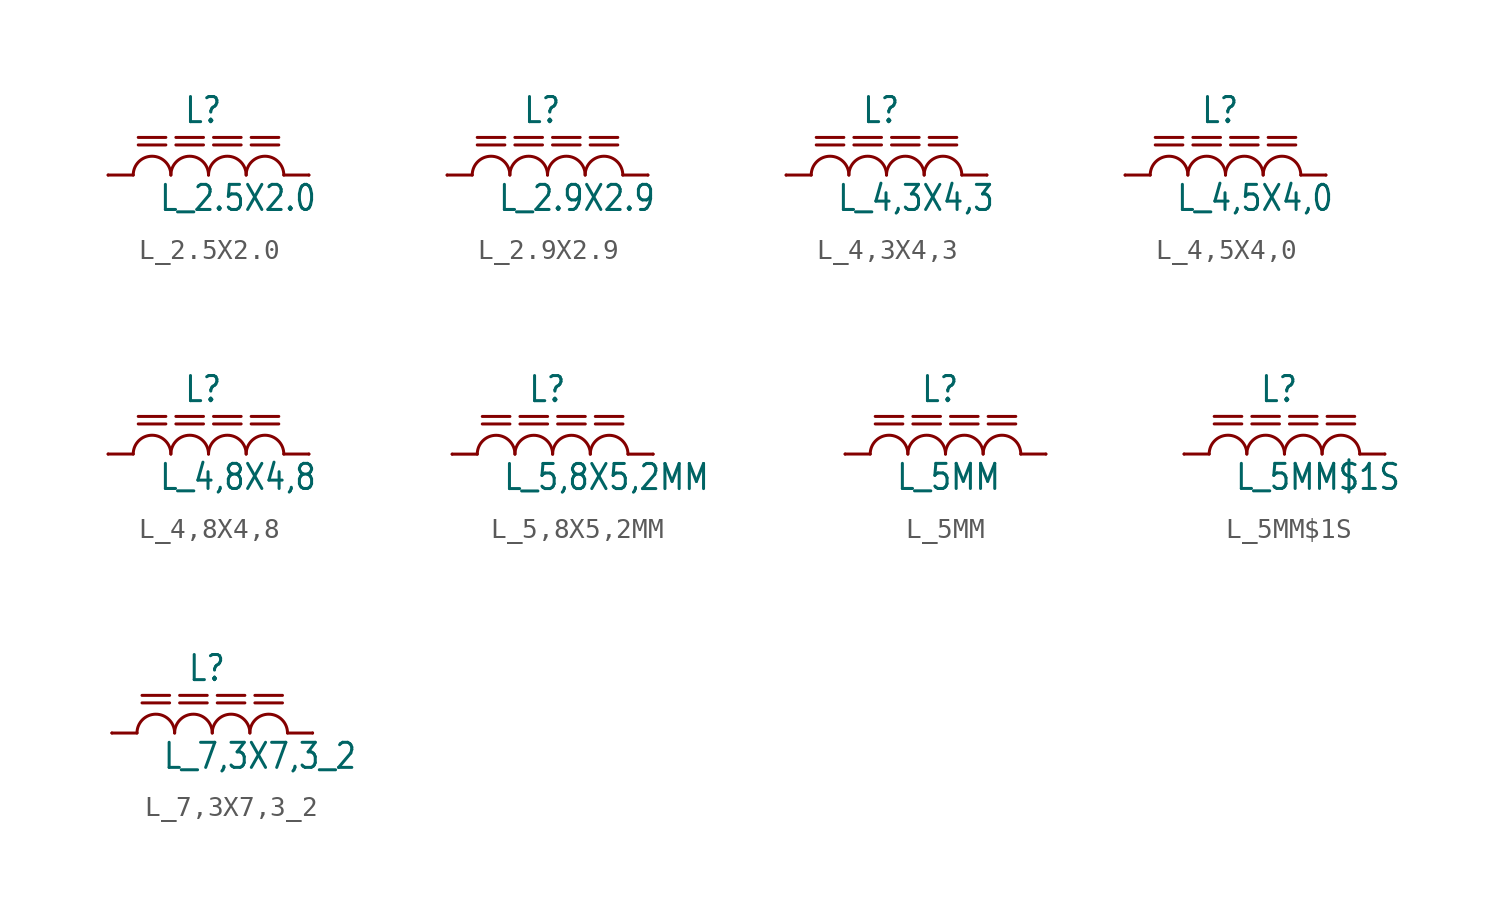
<source format=kicad_sym>
(kicad_symbol_lib
  (version 20201005)
  (generator kicad_symbol_editor)
  (symbol "L_2.5X2.0"
    (property "Reference" "L"
      (at -1.27 2.54 0)
      (effects (font (size 1.27 1.079)) (justify left bottom)))
    (property "Value" "L_2.5X2.0"
      (at -2.54 -1.905 0)
      (effects (font (size 1.27 1.079)) (justify left bottom)))
    (property "ki_locked" ""
      (at 0 0 0)
      (effects (font (size 1.27 1.27))))
    (symbol "L_2.5X2.0_1_0"
      (arc (start -1.905 0) (end -3.81 0) (radius (at -2.8575 0) (length 0.9525) (angles 0.1 179.9)) (stroke (width 0.1524)) (fill (type none)))
      (arc (start 0 0) (end -1.905 0) (radius (at -0.9525 0) (length 0.9525) (angles 0.1 179.9)) (stroke (width 0.1524)) (fill (type none)))
      (arc (start 1.905 0) (end 0 0) (radius (at 0.9525 0) (length 0.9525) (angles 0.1 179.9)) (stroke (width 0.1524)) (fill (type none)))
      (arc (start 3.81 0) (end 1.905 0) (radius (at 2.8575 0) (length 0.9525) (angles 0.1 179.9)) (stroke (width 0.1524)) (fill (type none)))
      (polyline (pts (xy 3.81 0) (xy 5.08 0)) (stroke (width 0.152)) (fill (type none)))
      (polyline (pts (xy -5.08 0) (xy -3.81 0)) (stroke (width 0.152)) (fill (type none)))
      (polyline (pts (xy -3.556 1.905) (xy -2.159 1.905)) (stroke (width 0.152)) (fill (type none)))
      (polyline (pts (xy 0.254 1.905) (xy 1.651 1.905)) (stroke (width 0.152)) (fill (type none)))
      (polyline (pts (xy -1.651 1.905) (xy -0.254 1.905)) (stroke (width 0.152)) (fill (type none)))
      (polyline (pts (xy 2.159 1.905) (xy 3.556 1.905)) (stroke (width 0.152)) (fill (type none)))
      (polyline (pts (xy -3.556 1.524) (xy -2.159 1.524)) (stroke (width 0.152)) (fill (type none)))
      (polyline (pts (xy -1.651 1.524) (xy -0.254 1.524)) (stroke (width 0.152)) (fill (type none)))
      (polyline (pts (xy 0.254 1.524) (xy 1.651 1.524)) (stroke (width 0.152)) (fill (type none)))
      (polyline (pts (xy 2.159 1.524) (xy 3.556 1.524)) (stroke (width 0.152)) (fill (type none)))
      (pin passive line (at -5.08 0 0) (length 0) (name "1" (effects (font (size 0 0)))) (number "1" (effects (font (size 0 0)))))
      (pin passive line (at 5.08 0 180) (length 0) (name "2" (effects (font (size 0 0)))) (number "2" (effects (font (size 0 0)))))))
  (symbol "L_2.9X2.9"
    (property "Reference" "L"
      (at -1.27 2.54 0)
      (effects (font (size 1.27 1.079)) (justify left bottom)))
    (property "Value" "L_2.9X2.9"
      (at -2.54 -1.905 0)
      (effects (font (size 1.27 1.079)) (justify left bottom)))
    (property "ki_locked" ""
      (at 0 0 0)
      (effects (font (size 1.27 1.27))))
    (symbol "L_2.9X2.9_1_0"
      (arc (start -1.905 0) (end -3.81 0) (radius (at -2.8575 0) (length 0.9525) (angles 0.1 179.9)) (stroke (width 0.1524)) (fill (type none)))
      (arc (start 0 0) (end -1.905 0) (radius (at -0.9525 0) (length 0.9525) (angles 0.1 179.9)) (stroke (width 0.1524)) (fill (type none)))
      (arc (start 1.905 0) (end 0 0) (radius (at 0.9525 0) (length 0.9525) (angles 0.1 179.9)) (stroke (width 0.1524)) (fill (type none)))
      (arc (start 3.81 0) (end 1.905 0) (radius (at 2.8575 0) (length 0.9525) (angles 0.1 179.9)) (stroke (width 0.1524)) (fill (type none)))
      (polyline (pts (xy 3.81 0) (xy 5.08 0)) (stroke (width 0.152)) (fill (type none)))
      (polyline (pts (xy -5.08 0) (xy -3.81 0)) (stroke (width 0.152)) (fill (type none)))
      (polyline (pts (xy -3.556 1.905) (xy -2.159 1.905)) (stroke (width 0.152)) (fill (type none)))
      (polyline (pts (xy 0.254 1.905) (xy 1.651 1.905)) (stroke (width 0.152)) (fill (type none)))
      (polyline (pts (xy -1.651 1.905) (xy -0.254 1.905)) (stroke (width 0.152)) (fill (type none)))
      (polyline (pts (xy 2.159 1.905) (xy 3.556 1.905)) (stroke (width 0.152)) (fill (type none)))
      (polyline (pts (xy -3.556 1.524) (xy -2.159 1.524)) (stroke (width 0.152)) (fill (type none)))
      (polyline (pts (xy -1.651 1.524) (xy -0.254 1.524)) (stroke (width 0.152)) (fill (type none)))
      (polyline (pts (xy 0.254 1.524) (xy 1.651 1.524)) (stroke (width 0.152)) (fill (type none)))
      (polyline (pts (xy 2.159 1.524) (xy 3.556 1.524)) (stroke (width 0.152)) (fill (type none)))
      (pin passive line (at -5.08 0 0) (length 0) (name "1" (effects (font (size 0 0)))) (number "1" (effects (font (size 0 0)))))
      (pin passive line (at 5.08 0 180) (length 0) (name "2" (effects (font (size 0 0)))) (number "2" (effects (font (size 0 0)))))))
  (symbol "L_4,3X4,3"
    (property "Reference" "L"
      (at -1.27 2.54 0)
      (effects (font (size 1.27 1.079)) (justify left bottom)))
    (property "Value" "L_4,3X4,3"
      (at -2.54 -1.905 0)
      (effects (font (size 1.27 1.079)) (justify left bottom)))
    (property "ki_locked" ""
      (at 0 0 0)
      (effects (font (size 1.27 1.27))))
    (symbol "L_4,3X4,3_1_0"
      (arc (start -1.905 0) (end -3.81 0) (radius (at -2.8575 0) (length 0.9525) (angles 0.1 179.9)) (stroke (width 0.1524)) (fill (type none)))
      (arc (start 0 0) (end -1.905 0) (radius (at -0.9525 0) (length 0.9525) (angles 0.1 179.9)) (stroke (width 0.1524)) (fill (type none)))
      (arc (start 1.905 0) (end 0 0) (radius (at 0.9525 0) (length 0.9525) (angles 0.1 179.9)) (stroke (width 0.1524)) (fill (type none)))
      (arc (start 3.81 0) (end 1.905 0) (radius (at 2.8575 0) (length 0.9525) (angles 0.1 179.9)) (stroke (width 0.1524)) (fill (type none)))
      (polyline (pts (xy 3.81 0) (xy 5.08 0)) (stroke (width 0.152)) (fill (type none)))
      (polyline (pts (xy -5.08 0) (xy -3.81 0)) (stroke (width 0.152)) (fill (type none)))
      (polyline (pts (xy -3.556 1.905) (xy -2.159 1.905)) (stroke (width 0.152)) (fill (type none)))
      (polyline (pts (xy 0.254 1.905) (xy 1.651 1.905)) (stroke (width 0.152)) (fill (type none)))
      (polyline (pts (xy -1.651 1.905) (xy -0.254 1.905)) (stroke (width 0.152)) (fill (type none)))
      (polyline (pts (xy 2.159 1.905) (xy 3.556 1.905)) (stroke (width 0.152)) (fill (type none)))
      (polyline (pts (xy -3.556 1.524) (xy -2.159 1.524)) (stroke (width 0.152)) (fill (type none)))
      (polyline (pts (xy -1.651 1.524) (xy -0.254 1.524)) (stroke (width 0.152)) (fill (type none)))
      (polyline (pts (xy 0.254 1.524) (xy 1.651 1.524)) (stroke (width 0.152)) (fill (type none)))
      (polyline (pts (xy 2.159 1.524) (xy 3.556 1.524)) (stroke (width 0.152)) (fill (type none)))
      (pin passive line (at -5.08 0 0) (length 0) (name "1" (effects (font (size 0 0)))) (number "1" (effects (font (size 0 0)))))
      (pin passive line (at 5.08 0 180) (length 0) (name "2" (effects (font (size 0 0)))) (number "2" (effects (font (size 0 0)))))))
  (symbol "L_4,5X4,0"
    (property "Reference" "L"
      (at -1.27 2.54 0)
      (effects (font (size 1.27 1.079)) (justify left bottom)))
    (property "Value" "L_4,5X4,0"
      (at -2.54 -1.905 0)
      (effects (font (size 1.27 1.079)) (justify left bottom)))
    (property "ki_locked" ""
      (at 0 0 0)
      (effects (font (size 1.27 1.27))))
    (symbol "L_4,5X4,0_1_0"
      (arc (start -1.905 0) (end -3.81 0) (radius (at -2.8575 0) (length 0.9525) (angles 0.1 179.9)) (stroke (width 0.1524)) (fill (type none)))
      (arc (start 0 0) (end -1.905 0) (radius (at -0.9525 0) (length 0.9525) (angles 0.1 179.9)) (stroke (width 0.1524)) (fill (type none)))
      (arc (start 1.905 0) (end 0 0) (radius (at 0.9525 0) (length 0.9525) (angles 0.1 179.9)) (stroke (width 0.1524)) (fill (type none)))
      (arc (start 3.81 0) (end 1.905 0) (radius (at 2.8575 0) (length 0.9525) (angles 0.1 179.9)) (stroke (width 0.1524)) (fill (type none)))
      (polyline (pts (xy 3.81 0) (xy 5.08 0)) (stroke (width 0.152)) (fill (type none)))
      (polyline (pts (xy -5.08 0) (xy -3.81 0)) (stroke (width 0.152)) (fill (type none)))
      (polyline (pts (xy -3.556 1.905) (xy -2.159 1.905)) (stroke (width 0.152)) (fill (type none)))
      (polyline (pts (xy 0.254 1.905) (xy 1.651 1.905)) (stroke (width 0.152)) (fill (type none)))
      (polyline (pts (xy -1.651 1.905) (xy -0.254 1.905)) (stroke (width 0.152)) (fill (type none)))
      (polyline (pts (xy 2.159 1.905) (xy 3.556 1.905)) (stroke (width 0.152)) (fill (type none)))
      (polyline (pts (xy -3.556 1.524) (xy -2.159 1.524)) (stroke (width 0.152)) (fill (type none)))
      (polyline (pts (xy -1.651 1.524) (xy -0.254 1.524)) (stroke (width 0.152)) (fill (type none)))
      (polyline (pts (xy 0.254 1.524) (xy 1.651 1.524)) (stroke (width 0.152)) (fill (type none)))
      (polyline (pts (xy 2.159 1.524) (xy 3.556 1.524)) (stroke (width 0.152)) (fill (type none)))
      (pin passive line (at -5.08 0 0) (length 0) (name "1" (effects (font (size 0 0)))) (number "P$1" (effects (font (size 0 0)))))
      (pin passive line (at 5.08 0 180) (length 0) (name "2" (effects (font (size 0 0)))) (number "P$2" (effects (font (size 0 0)))))))
  (symbol "L_4,8X4,8"
    (property "Reference" "L"
      (at -1.27 2.54 0)
      (effects (font (size 1.27 1.079)) (justify left bottom)))
    (property "Value" "L_4,8X4,8"
      (at -2.54 -1.905 0)
      (effects (font (size 1.27 1.079)) (justify left bottom)))
    (property "ki_locked" ""
      (at 0 0 0)
      (effects (font (size 1.27 1.27))))
    (symbol "L_4,8X4,8_1_0"
      (arc (start -1.905 0) (end -3.81 0) (radius (at -2.8575 0) (length 0.9525) (angles 0.1 179.9)) (stroke (width 0.1524)) (fill (type none)))
      (arc (start 0 0) (end -1.905 0) (radius (at -0.9525 0) (length 0.9525) (angles 0.1 179.9)) (stroke (width 0.1524)) (fill (type none)))
      (arc (start 1.905 0) (end 0 0) (radius (at 0.9525 0) (length 0.9525) (angles 0.1 179.9)) (stroke (width 0.1524)) (fill (type none)))
      (arc (start 3.81 0) (end 1.905 0) (radius (at 2.8575 0) (length 0.9525) (angles 0.1 179.9)) (stroke (width 0.1524)) (fill (type none)))
      (polyline (pts (xy 3.81 0) (xy 5.08 0)) (stroke (width 0.152)) (fill (type none)))
      (polyline (pts (xy -5.08 0) (xy -3.81 0)) (stroke (width 0.152)) (fill (type none)))
      (polyline (pts (xy -3.556 1.905) (xy -2.159 1.905)) (stroke (width 0.152)) (fill (type none)))
      (polyline (pts (xy 0.254 1.905) (xy 1.651 1.905)) (stroke (width 0.152)) (fill (type none)))
      (polyline (pts (xy -1.651 1.905) (xy -0.254 1.905)) (stroke (width 0.152)) (fill (type none)))
      (polyline (pts (xy 2.159 1.905) (xy 3.556 1.905)) (stroke (width 0.152)) (fill (type none)))
      (polyline (pts (xy -3.556 1.524) (xy -2.159 1.524)) (stroke (width 0.152)) (fill (type none)))
      (polyline (pts (xy -1.651 1.524) (xy -0.254 1.524)) (stroke (width 0.152)) (fill (type none)))
      (polyline (pts (xy 0.254 1.524) (xy 1.651 1.524)) (stroke (width 0.152)) (fill (type none)))
      (polyline (pts (xy 2.159 1.524) (xy 3.556 1.524)) (stroke (width 0.152)) (fill (type none)))
      (pin passive line (at -5.08 0 0) (length 0) (name "1" (effects (font (size 0 0)))) (number "P$1" (effects (font (size 0 0)))))
      (pin passive line (at 5.08 0 180) (length 0) (name "2" (effects (font (size 0 0)))) (number "P$2" (effects (font (size 0 0)))))))
  (symbol "L_5,8X5,2MM"
    (property "Reference" "L"
      (at -1.27 2.54 0)
      (effects (font (size 1.27 1.079)) (justify left bottom)))
    (property "Value" "L_5,8X5,2MM"
      (at -2.54 -1.905 0)
      (effects (font (size 1.27 1.079)) (justify left bottom)))
    (property "ki_locked" ""
      (at 0 0 0)
      (effects (font (size 1.27 1.27))))
    (symbol "L_5,8X5,2MM_1_0"
      (arc (start -1.905 0) (end -3.81 0) (radius (at -2.8575 0) (length 0.9525) (angles 0.1 179.9)) (stroke (width 0.1524)) (fill (type none)))
      (arc (start 0 0) (end -1.905 0) (radius (at -0.9525 0) (length 0.9525) (angles 0.1 179.9)) (stroke (width 0.1524)) (fill (type none)))
      (arc (start 1.905 0) (end 0 0) (radius (at 0.9525 0) (length 0.9525) (angles 0.1 179.9)) (stroke (width 0.1524)) (fill (type none)))
      (arc (start 3.81 0) (end 1.905 0) (radius (at 2.8575 0) (length 0.9525) (angles 0.1 179.9)) (stroke (width 0.1524)) (fill (type none)))
      (polyline (pts (xy 3.81 0) (xy 5.08 0)) (stroke (width 0.152)) (fill (type none)))
      (polyline (pts (xy -5.08 0) (xy -3.81 0)) (stroke (width 0.152)) (fill (type none)))
      (polyline (pts (xy -3.556 1.905) (xy -2.159 1.905)) (stroke (width 0.152)) (fill (type none)))
      (polyline (pts (xy 0.254 1.905) (xy 1.651 1.905)) (stroke (width 0.152)) (fill (type none)))
      (polyline (pts (xy -1.651 1.905) (xy -0.254 1.905)) (stroke (width 0.152)) (fill (type none)))
      (polyline (pts (xy 2.159 1.905) (xy 3.556 1.905)) (stroke (width 0.152)) (fill (type none)))
      (polyline (pts (xy -3.556 1.524) (xy -2.159 1.524)) (stroke (width 0.152)) (fill (type none)))
      (polyline (pts (xy -1.651 1.524) (xy -0.254 1.524)) (stroke (width 0.152)) (fill (type none)))
      (polyline (pts (xy 0.254 1.524) (xy 1.651 1.524)) (stroke (width 0.152)) (fill (type none)))
      (polyline (pts (xy 2.159 1.524) (xy 3.556 1.524)) (stroke (width 0.152)) (fill (type none)))
      (pin passive line (at -5.08 0 0) (length 0) (name "1" (effects (font (size 0 0)))) (number "P$1" (effects (font (size 0 0)))))
      (pin passive line (at 5.08 0 180) (length 0) (name "2" (effects (font (size 0 0)))) (number "P$2" (effects (font (size 0 0)))))))
  (symbol "L_5MM"
    (property "Reference" "L"
      (at -1.27 2.54 0)
      (effects (font (size 1.27 1.079)) (justify left bottom)))
    (property "Value" "L_5MM"
      (at -2.54 -1.905 0)
      (effects (font (size 1.27 1.079)) (justify left bottom)))
    (property "ki_locked" ""
      (at 0 0 0)
      (effects (font (size 1.27 1.27))))
    (symbol "L_5MM_1_0"
      (arc (start -1.905 0) (end -3.81 0) (radius (at -2.8575 0) (length 0.9525) (angles 0.1 179.9)) (stroke (width 0.1524)) (fill (type none)))
      (arc (start 0 0) (end -1.905 0) (radius (at -0.9525 0) (length 0.9525) (angles 0.1 179.9)) (stroke (width 0.1524)) (fill (type none)))
      (arc (start 1.905 0) (end 0 0) (radius (at 0.9525 0) (length 0.9525) (angles 0.1 179.9)) (stroke (width 0.1524)) (fill (type none)))
      (arc (start 3.81 0) (end 1.905 0) (radius (at 2.8575 0) (length 0.9525) (angles 0.1 179.9)) (stroke (width 0.1524)) (fill (type none)))
      (polyline (pts (xy 3.81 0) (xy 5.08 0)) (stroke (width 0.152)) (fill (type none)))
      (polyline (pts (xy -5.08 0) (xy -3.81 0)) (stroke (width 0.152)) (fill (type none)))
      (polyline (pts (xy -3.556 1.905) (xy -2.159 1.905)) (stroke (width 0.152)) (fill (type none)))
      (polyline (pts (xy 0.254 1.905) (xy 1.651 1.905)) (stroke (width 0.152)) (fill (type none)))
      (polyline (pts (xy -1.651 1.905) (xy -0.254 1.905)) (stroke (width 0.152)) (fill (type none)))
      (polyline (pts (xy 2.159 1.905) (xy 3.556 1.905)) (stroke (width 0.152)) (fill (type none)))
      (polyline (pts (xy -3.556 1.524) (xy -2.159 1.524)) (stroke (width 0.152)) (fill (type none)))
      (polyline (pts (xy -1.651 1.524) (xy -0.254 1.524)) (stroke (width 0.152)) (fill (type none)))
      (polyline (pts (xy 0.254 1.524) (xy 1.651 1.524)) (stroke (width 0.152)) (fill (type none)))
      (polyline (pts (xy 2.159 1.524) (xy 3.556 1.524)) (stroke (width 0.152)) (fill (type none)))
      (pin passive line (at -5.08 0 0) (length 0) (name "1" (effects (font (size 0 0)))) (number "1" (effects (font (size 0 0)))))
      (pin passive line (at 5.08 0 180) (length 0) (name "2" (effects (font (size 0 0)))) (number "2" (effects (font (size 0 0)))))))
  (symbol "L_5MM$1S"
    (property "Reference" "L"
      (at -1.27 2.54 0)
      (effects (font (size 1.27 1.079)) (justify left bottom)))
    (property "Value" "L_5MM$1S"
      (at -2.54 -1.905 0)
      (effects (font (size 1.27 1.079)) (justify left bottom)))
    (property "ki_locked" ""
      (at 0 0 0)
      (effects (font (size 1.27 1.27))))
    (symbol "L_5MM$1S_1_0"
      (arc (start -1.905 0) (end -3.81 0) (radius (at -2.8575 0) (length 0.9525) (angles 0.1 179.9)) (stroke (width 0.1524)) (fill (type none)))
      (arc (start 0 0) (end -1.905 0) (radius (at -0.9525 0) (length 0.9525) (angles 0.1 179.9)) (stroke (width 0.1524)) (fill (type none)))
      (arc (start 1.905 0) (end 0 0) (radius (at 0.9525 0) (length 0.9525) (angles 0.1 179.9)) (stroke (width 0.1524)) (fill (type none)))
      (arc (start 3.81 0) (end 1.905 0) (radius (at 2.8575 0) (length 0.9525) (angles 0.1 179.9)) (stroke (width 0.1524)) (fill (type none)))
      (polyline (pts (xy 3.81 0) (xy 5.08 0)) (stroke (width 0.152)) (fill (type none)))
      (polyline (pts (xy -5.08 0) (xy -3.81 0)) (stroke (width 0.152)) (fill (type none)))
      (polyline (pts (xy -3.556 1.905) (xy -2.159 1.905)) (stroke (width 0.152)) (fill (type none)))
      (polyline (pts (xy 0.254 1.905) (xy 1.651 1.905)) (stroke (width 0.152)) (fill (type none)))
      (polyline (pts (xy -1.651 1.905) (xy -0.254 1.905)) (stroke (width 0.152)) (fill (type none)))
      (polyline (pts (xy 2.159 1.905) (xy 3.556 1.905)) (stroke (width 0.152)) (fill (type none)))
      (polyline (pts (xy -3.556 1.524) (xy -2.159 1.524)) (stroke (width 0.152)) (fill (type none)))
      (polyline (pts (xy -1.651 1.524) (xy -0.254 1.524)) (stroke (width 0.152)) (fill (type none)))
      (polyline (pts (xy 0.254 1.524) (xy 1.651 1.524)) (stroke (width 0.152)) (fill (type none)))
      (polyline (pts (xy 2.159 1.524) (xy 3.556 1.524)) (stroke (width 0.152)) (fill (type none)))
      (pin passive line (at -5.08 0 0) (length 0) (name "1" (effects (font (size 0 0)))) (number "1" (effects (font (size 0 0)))))
      (pin passive line (at 5.08 0 180) (length 0) (name "2" (effects (font (size 0 0)))) (number "2" (effects (font (size 0 0)))))))
  (symbol "L_7,3X7,3_2"
    (property "Reference" "L"
      (at -1.27 2.54 0)
      (effects (font (size 1.27 1.079)) (justify left bottom)))
    (property "Value" "L_7,3X7,3_2"
      (at -2.54 -1.905 0)
      (effects (font (size 1.27 1.079)) (justify left bottom)))
    (property "ki_locked" ""
      (at 0 0 0)
      (effects (font (size 1.27 1.27))))
    (symbol "L_7,3X7,3_2_1_0"
      (arc (start -1.905 0) (end -3.81 0) (radius (at -2.8575 0) (length 0.9525) (angles 0.1 179.9)) (stroke (width 0.1524)) (fill (type none)))
      (arc (start 0 0) (end -1.905 0) (radius (at -0.9525 0) (length 0.9525) (angles 0.1 179.9)) (stroke (width 0.1524)) (fill (type none)))
      (arc (start 1.905 0) (end 0 0) (radius (at 0.9525 0) (length 0.9525) (angles 0.1 179.9)) (stroke (width 0.1524)) (fill (type none)))
      (arc (start 3.81 0) (end 1.905 0) (radius (at 2.8575 0) (length 0.9525) (angles 0.1 179.9)) (stroke (width 0.1524)) (fill (type none)))
      (polyline (pts (xy 3.81 0) (xy 5.08 0)) (stroke (width 0.152)) (fill (type none)))
      (polyline (pts (xy -5.08 0) (xy -3.81 0)) (stroke (width 0.152)) (fill (type none)))
      (polyline (pts (xy -3.556 1.905) (xy -2.159 1.905)) (stroke (width 0.152)) (fill (type none)))
      (polyline (pts (xy 0.254 1.905) (xy 1.651 1.905)) (stroke (width 0.152)) (fill (type none)))
      (polyline (pts (xy -1.651 1.905) (xy -0.254 1.905)) (stroke (width 0.152)) (fill (type none)))
      (polyline (pts (xy 2.159 1.905) (xy 3.556 1.905)) (stroke (width 0.152)) (fill (type none)))
      (polyline (pts (xy -3.556 1.524) (xy -2.159 1.524)) (stroke (width 0.152)) (fill (type none)))
      (polyline (pts (xy -1.651 1.524) (xy -0.254 1.524)) (stroke (width 0.152)) (fill (type none)))
      (polyline (pts (xy 0.254 1.524) (xy 1.651 1.524)) (stroke (width 0.152)) (fill (type none)))
      (polyline (pts (xy 2.159 1.524) (xy 3.556 1.524)) (stroke (width 0.152)) (fill (type none)))
      (pin passive line (at -5.08 0 0) (length 0) (name "1" (effects (font (size 0 0)))) (number "P$1" (effects (font (size 0 0)))))
      (pin passive line (at 5.08 0 180) (length 0) (name "2" (effects (font (size 0 0)))) (number "P$2" (effects (font (size 0 0))))))))
</source>
